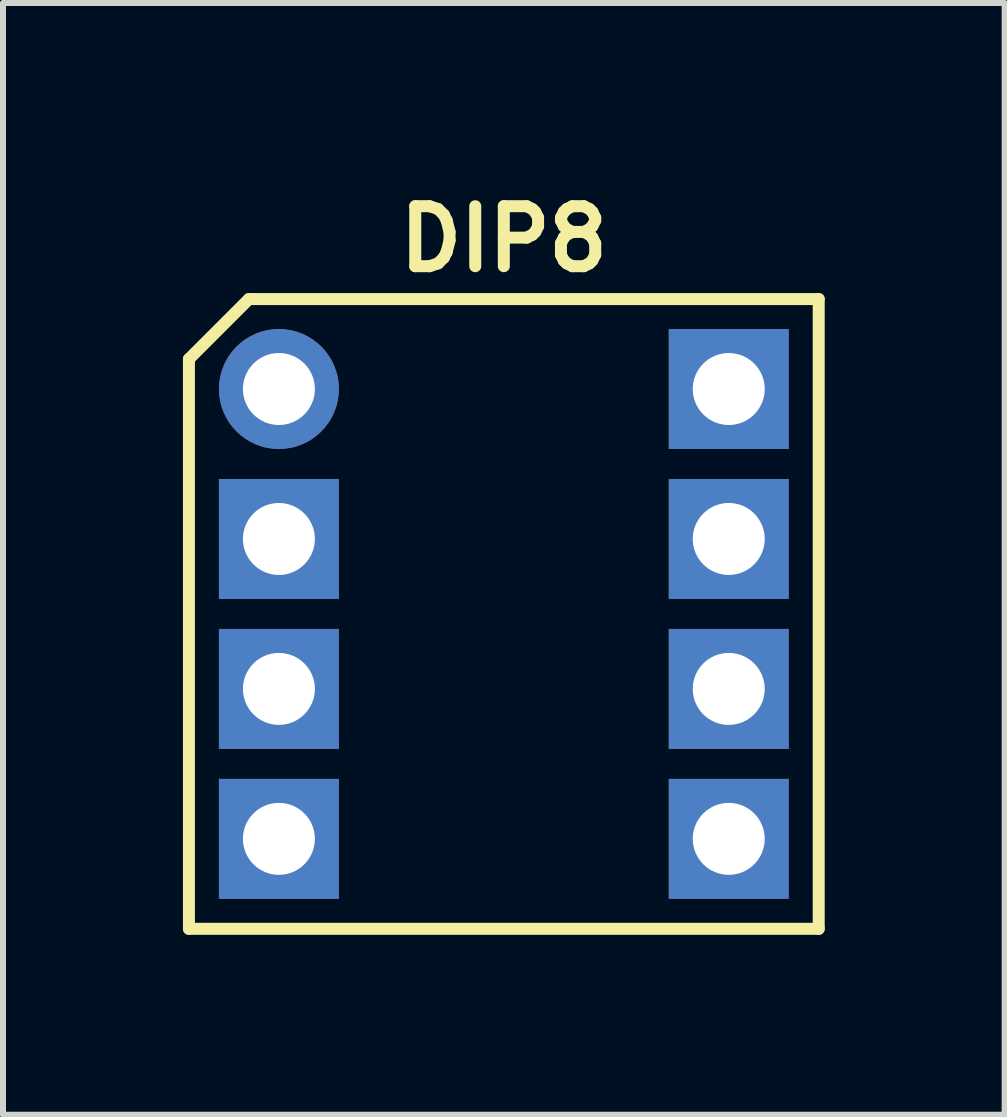
<source format=kicad_pcb>
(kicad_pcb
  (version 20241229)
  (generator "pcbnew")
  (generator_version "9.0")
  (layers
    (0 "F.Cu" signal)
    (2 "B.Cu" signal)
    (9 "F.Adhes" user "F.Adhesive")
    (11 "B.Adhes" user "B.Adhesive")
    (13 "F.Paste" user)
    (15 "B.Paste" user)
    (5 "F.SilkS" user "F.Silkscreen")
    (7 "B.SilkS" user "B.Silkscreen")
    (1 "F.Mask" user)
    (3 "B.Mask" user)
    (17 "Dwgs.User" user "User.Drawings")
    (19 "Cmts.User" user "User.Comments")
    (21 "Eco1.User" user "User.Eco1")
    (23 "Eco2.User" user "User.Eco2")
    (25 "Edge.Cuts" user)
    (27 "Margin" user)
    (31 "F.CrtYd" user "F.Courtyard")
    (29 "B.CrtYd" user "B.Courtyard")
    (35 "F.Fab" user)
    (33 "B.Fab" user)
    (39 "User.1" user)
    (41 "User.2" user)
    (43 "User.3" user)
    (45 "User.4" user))
  (footprint "DIP8"
    (layer "F.Cu")
    (at 1.6 3.436)
    (property "Reference" "DIP8" (at 3.75 -2.5 180) (layer "F.SilkS") (effects (font (size 1 1) (thickness 0.2))))
    (attr through_hole)
    (fp_line (start -1.5 -0.5) (end -1.5 9) (stroke (width 0.2) (type solid)) (layer "F.SilkS"))
    (fp_line (start -0.5 -1.5) (end -1.5 -0.5) (stroke (width 0.2) (type solid)) (layer "F.SilkS"))
    (fp_line (start -0.5 -1.5) (end 9 -1.5) (stroke (width 0.2) (type solid)) (layer "F.SilkS"))
    (fp_line (start 9 -1.5) (end 9 9) (stroke (width 0.2) (type solid)) (layer "F.SilkS"))
    (fp_line (start 9 9) (end -1.5 9) (stroke (width 0.2) (type solid)) (layer "F.SilkS"))
    (pad "1" thru_hole circle (at 0 0) (size 2 2) (drill 1.2) (layers "*.Cu" "*.Paste" "*.Mask"))
    (pad "2" thru_hole rect (at 0 2.5) (size 2 2) (drill 1.2) (layers "*.Cu" "*.Paste" "*.Mask"))
    (pad "3" thru_hole rect (at 0 5) (size 2 2) (drill 1.2) (layers "*.Cu" "*.Paste" "*.Mask"))
    (pad "4" thru_hole rect (at 0 7.5) (size 2 2) (drill 1.2) (layers "*.Cu" "*.Paste" "*.Mask"))
    (pad "5" thru_hole rect (at 7.5 7.5) (size 2 2) (drill 1.2) (layers "*.Cu" "*.Paste" "*.Mask"))
    (pad "6" thru_hole rect (at 7.5 5) (size 2 2) (drill 1.2) (layers "*.Cu" "*.Paste" "*.Mask"))
    (pad "7" thru_hole rect (at 7.5 2.5) (size 2 2) (drill 1.2) (layers "*.Cu" "*.Paste" "*.Mask"))
    (pad "8" thru_hole rect (at 7.5 0) (size 2 2) (drill 1.2) (layers "*.Cu" "*.Paste" "*.Mask")))
  (gr_rect
    (start -3 -3)
    (end 13.7 15.536)
    (stroke (width 0.1) (type default))
    (fill no)
    (layer "Edge.Cuts")))
</source>
